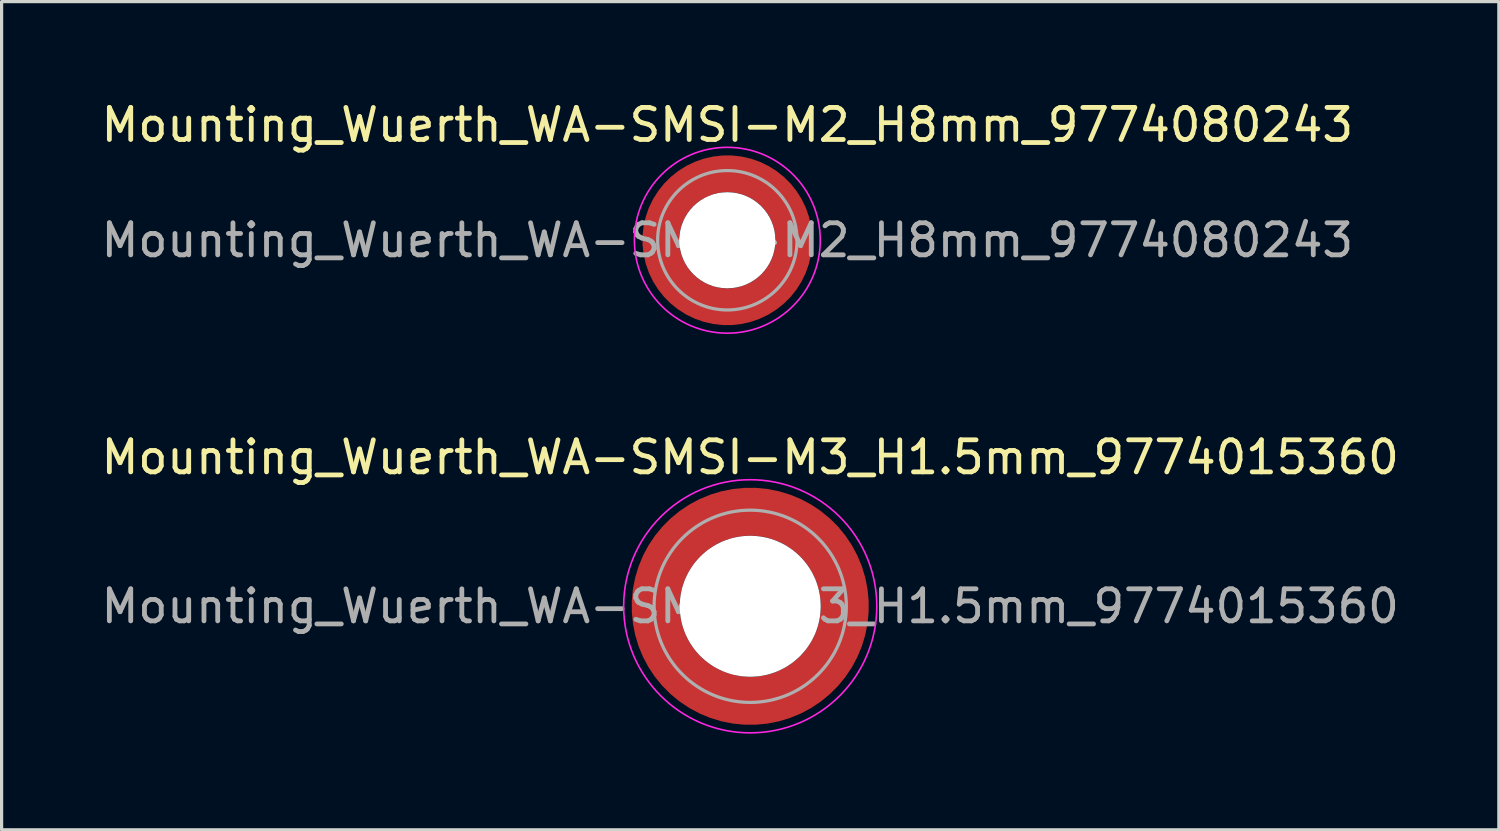
<source format=kicad_pcb>
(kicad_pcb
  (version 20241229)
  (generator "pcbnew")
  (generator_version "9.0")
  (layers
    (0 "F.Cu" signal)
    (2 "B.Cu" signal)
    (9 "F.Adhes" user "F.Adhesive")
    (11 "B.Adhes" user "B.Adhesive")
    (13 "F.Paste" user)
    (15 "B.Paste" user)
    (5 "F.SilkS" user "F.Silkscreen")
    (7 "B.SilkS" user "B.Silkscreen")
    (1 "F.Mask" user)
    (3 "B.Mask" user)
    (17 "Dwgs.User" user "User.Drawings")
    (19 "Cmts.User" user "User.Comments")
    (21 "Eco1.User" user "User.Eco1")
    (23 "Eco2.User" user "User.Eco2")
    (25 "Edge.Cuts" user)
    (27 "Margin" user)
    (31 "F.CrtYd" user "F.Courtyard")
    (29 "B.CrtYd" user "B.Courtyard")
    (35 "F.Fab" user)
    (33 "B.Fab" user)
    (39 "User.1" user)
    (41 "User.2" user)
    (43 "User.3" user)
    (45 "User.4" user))
  (footprint "Mounting_Wuerth_WA-SMSI-M2_H8mm_9774080243"
    (layer "F.Cu")
    (at 19.649 4.448)
    (property "Reference" "Mounting_Wuerth_WA-SMSI-M2_H8mm_9774080243" (at 0 -3.6 0) (layer "F.SilkS") (effects (font (size 1 1) (thickness 0.15))))
    (attr smd)
    (fp_circle (center 0 0) (end 2.9 0) (stroke (width 0.05) (type solid)) (fill no) (layer "F.CrtYd"))
    (fp_circle (center 0 0) (end 2.175 0) (stroke (width 0.1) (type solid)) (fill no) (layer "F.Fab"))
    (fp_text user "${REFERENCE}" (at 0 0 0) (layer "F.Fab") (effects (font (size 1 1) (thickness 0.15))))
    (pad "" smd custom (at -1.453 -1.453) (size 0.61 0.61) (layers "F.Paste") (options (anchor circle)) (primitives (gr_arc (start -0.147677 1.053104) (mid 0.285964 0.286792) (end 1.051968 -0.147393) (width 0.2)) (gr_arc (start -0.240295 1.053104) (mid 0.22253 0.222946) (end 1.052531 -0.24016) (width 0.2)) (gr_arc (start -0.332645 1.053104) (mid 0.158548 0.15965) (end 1.051583 -0.332304) (width 0.2)) (gr_arc (start -0.424767 1.053104) (mid 0.09486 0.096059) (end 1.051446 -0.424413) (width 0.2)) (gr_arc (start -0.516693 1.053104) (mid 0.031293 0.032346) (end 1.051645 -0.516396) (width 0.2)) (gr_arc (start -0.608448 1.053104) (mid -0.032323 -0.031316) (end 1.051707 -0.608176) (width 0.2)) (gr_arc (start -0.700056 1.053104) (mid -0.09616 -0.094758) (end 1.051155 -0.699693) (width 0.2)) (gr_arc (start -0.791534 1.053104) (mid -0.160388 -0.15781) (end 1.049515 -0.790891) (width 0.2)) (gr_arc (start -0.882896 1.053104) (mid -0.223713 -0.221764) (end 1.050388 -0.882429) (width 0.2)) (gr_arc (start -0.974157 1.053104) (mid -0.287654 -0.285101) (end 1.049541 -0.973567) (width 0.2)) (gr_line (start 1.053 -0.148) (end 1.053 -0.974) (width 0.2)) (gr_line (start -0.148 1.053) (end -0.974 1.053) (width 0.2))))
    (pad "" smd custom (at -1.453 1.453) (size 0.61 0.61) (layers "F.Paste") (options (anchor circle)) (primitives (gr_arc (start 1.053104 0.147677) (mid 0.286792 -0.285964) (end -0.147393 -1.051968) (width 0.2)) (gr_arc (start 1.053104 0.240295) (mid 0.222946 -0.22253) (end -0.24016 -1.052531) (width 0.2)) (gr_arc (start 1.053104 0.332645) (mid 0.15965 -0.158548) (end -0.332304 -1.051583) (width 0.2)) (gr_arc (start 1.053104 0.424767) (mid 0.096059 -0.09486) (end -0.424413 -1.051446) (width 0.2)) (gr_arc (start 1.053104 0.516693) (mid 0.032346 -0.031293) (end -0.516396 -1.051645) (width 0.2)) (gr_arc (start 1.053104 0.608448) (mid -0.031316 0.032323) (end -0.608176 -1.051707) (width 0.2)) (gr_arc (start 1.053104 0.700056) (mid -0.094758 0.09616) (end -0.699693 -1.051155) (width 0.2)) (gr_arc (start 1.053104 0.791534) (mid -0.15781 0.160388) (end -0.790891 -1.049515) (width 0.2)) (gr_arc (start 1.053104 0.882896) (mid -0.221764 0.223713) (end -0.882429 -1.050388) (width 0.2)) (gr_arc (start 1.053104 0.974157) (mid -0.285101 0.287654) (end -0.973567 -1.049541) (width 0.2)) (gr_line (start -0.148 -1.053) (end -0.974 -1.053) (width 0.2)) (gr_line (start 1.053 0.148) (end 1.053 0.974) (width 0.2))))
    (pad "" np_thru_hole circle (at 0 0) (size 3 3) (drill 3) (layers "*.Cu" "*.Mask"))
    (pad "" smd custom (at 1.453 -1.453) (size 0.61 0.61) (layers "F.Paste") (options (anchor circle)) (primitives (gr_arc (start -1.053104 -0.147677) (mid -0.286792 0.285964) (end 0.147393 1.051968) (width 0.2)) (gr_arc (start -1.053104 -0.240295) (mid -0.222946 0.22253) (end 0.24016 1.052531) (width 0.2)) (gr_arc (start -1.053104 -0.332645) (mid -0.15965 0.158548) (end 0.332304 1.051583) (width 0.2)) (gr_arc (start -1.053104 -0.424767) (mid -0.096059 0.09486) (end 0.424413 1.051446) (width 0.2)) (gr_arc (start -1.053104 -0.516693) (mid -0.032346 0.031293) (end 0.516396 1.051645) (width 0.2)) (gr_arc (start -1.053104 -0.608448) (mid 0.031316 -0.032323) (end 0.608176 1.051707) (width 0.2)) (gr_arc (start -1.053104 -0.700056) (mid 0.094758 -0.09616) (end 0.699693 1.051155) (width 0.2)) (gr_arc (start -1.053104 -0.791534) (mid 0.15781 -0.160388) (end 0.790891 1.049515) (width 0.2)) (gr_arc (start -1.053104 -0.882896) (mid 0.221764 -0.223713) (end 0.882429 1.050388) (width 0.2)) (gr_arc (start -1.053104 -0.974157) (mid 0.285101 -0.287654) (end 0.973567 1.049541) (width 0.2)) (gr_line (start 0.148 1.053) (end 0.974 1.053) (width 0.2)) (gr_line (start -1.053 -0.148) (end -1.053 -0.974) (width 0.2))))
    (pad "" smd custom (at 1.453 1.453) (size 0.61 0.61) (layers "F.Paste") (options (anchor circle)) (primitives (gr_arc (start 0.147677 -1.053104) (mid -0.285964 -0.286792) (end -1.051968 0.147393) (width 0.2)) (gr_arc (start 0.240295 -1.053104) (mid -0.22253 -0.222946) (end -1.052531 0.24016) (width 0.2)) (gr_arc (start 0.332645 -1.053104) (mid -0.158548 -0.15965) (end -1.051583 0.332304) (width 0.2)) (gr_arc (start 0.424767 -1.053104) (mid -0.09486 -0.096059) (end -1.051446 0.424413) (width 0.2)) (gr_arc (start 0.516693 -1.053104) (mid -0.031293 -0.032346) (end -1.051645 0.516396) (width 0.2)) (gr_arc (start 0.608448 -1.053104) (mid 0.032323 0.031316) (end -1.051707 0.608176) (width 0.2)) (gr_arc (start 0.700056 -1.053104) (mid 0.09616 0.094758) (end -1.051155 0.699693) (width 0.2)) (gr_arc (start 0.791534 -1.053104) (mid 0.160388 0.15781) (end -1.049515 0.790891) (width 0.2)) (gr_arc (start 0.882896 -1.053104) (mid 0.223713 0.221764) (end -1.050388 0.882429) (width 0.2)) (gr_arc (start 0.974157 -1.053104) (mid 0.287654 0.285101) (end -1.049541 0.973567) (width 0.2)) (gr_line (start -1.053 0.148) (end -1.053 0.974) (width 0.2)) (gr_line (start 0.148 -1.053) (end 0.974 -1.053) (width 0.2))))
    (pad "1" smd circle (at -2.075 0) (size 0.75 0.75) (layers "F.Cu"))
    (pad "1" smd circle (at 0 -2.075) (size 0.75 0.75) (layers "F.Cu"))
    (pad "1" smd circle (at 0 2.075) (size 0.75 0.75) (layers "F.Cu"))
    (pad "1" smd custom (at 2.075 0) (size 0.75 0.75) (layers "F.Cu" "F.Mask") (options (anchor circle)) (primitives (gr_circle (center -2.075 0) (end 0 0) (width 1.15) (fill no)))))
  (footprint "Mounting_Wuerth_WA-SMSI-M3_H1.5mm_9774015360"
    (layer "F.Cu")
    (at 20.363 15.871)
    (property "Reference" "Mounting_Wuerth_WA-SMSI-M3_H1.5mm_9774015360" (at 0 -4.65 0) (layer "F.SilkS") (effects (font (size 1 1) (thickness 0.15))))
    (attr smd)
    (fp_circle (center 0 0) (end 3.95 0) (stroke (width 0.05) (type solid)) (fill no) (layer "F.CrtYd"))
    (fp_circle (center 0 0) (end 3 0) (stroke (width 0.1) (type solid)) (fill no) (layer "F.Fab"))
    (fp_text user "${REFERENCE}" (at 0 0 0) (layer "F.Fab") (effects (font (size 1 1) (thickness 0.15))))
    (pad "" smd custom (at -2.058 -2.058) (size 0.7 0.7) (layers "F.Paste") (options (anchor circle)) (primitives (gr_arc (start -0.377294 1.707681) (mid 0.317579 0.318817) (end 1.705947 -0.377044) (width 0.2)) (gr_arc (start -0.478281 1.707681) (mid 0.246161 0.248814) (end 1.703965 -0.477765) (width 0.2)) (gr_arc (start -0.579192 1.707681) (mid 0.175492 0.178063) (end 1.704077 -0.578711) (width 0.2)) (gr_arc (start -0.680037 1.707681) (mid 0.105568 0.106564) (end 1.706284 -0.679858) (width 0.2)) (gr_arc (start -0.780822 1.707681) (mid 0.034627 0.036085) (end 1.705634 -0.780569) (width 0.2)) (gr_arc (start -0.881554 1.707681) (mid -0.035694 -0.035016) (end 1.706729 -0.881441) (width 0.2)) (gr_arc (start -0.982237 1.707681) (mid -0.107281 -0.10485) (end 1.704266 -0.981842) (width 0.2)) (gr_arc (start -1.082877 1.707681) (mid -0.178372 -0.175181) (end 1.703197 -1.082374) (width 0.2)) (gr_arc (start -1.183476 1.707681) (mid -0.248964 -0.246008) (end 1.703525 -1.183025) (width 0.2)) (gr_arc (start -1.28404 1.707681) (mid -0.319062 -0.317333) (end 1.70525 -1.283784) (width 0.2)) (gr_line (start 1.708 -0.377) (end 1.708 -1.284) (width 0.2)) (gr_line (start -0.377 1.708) (end -1.284 1.708) (width 0.2))))
    (pad "" smd custom (at -2.058 2.058) (size 0.7 0.7) (layers "F.Paste") (options (anchor circle)) (primitives (gr_arc (start 1.707681 0.377294) (mid 0.318817 -0.317579) (end -0.377044 -1.705947) (width 0.2)) (gr_arc (start 1.707681 0.478281) (mid 0.248814 -0.246161) (end -0.477765 -1.703965) (width 0.2)) (gr_arc (start 1.707681 0.579192) (mid 0.178063 -0.175492) (end -0.578711 -1.704077) (width 0.2)) (gr_arc (start 1.707681 0.680037) (mid 0.106564 -0.105568) (end -0.679858 -1.706284) (width 0.2)) (gr_arc (start 1.707681 0.780822) (mid 0.036085 -0.034627) (end -0.780569 -1.705634) (width 0.2)) (gr_arc (start 1.707681 0.881554) (mid -0.035016 0.035694) (end -0.881441 -1.706729) (width 0.2)) (gr_arc (start 1.707681 0.982237) (mid -0.10485 0.107281) (end -0.981842 -1.704266) (width 0.2)) (gr_arc (start 1.707681 1.082877) (mid -0.175181 0.178372) (end -1.082374 -1.703197) (width 0.2)) (gr_arc (start 1.707681 1.183476) (mid -0.246008 0.248964) (end -1.183025 -1.703525) (width 0.2)) (gr_arc (start 1.707681 1.28404) (mid -0.317333 0.319062) (end -1.283784 -1.70525) (width 0.2)) (gr_line (start -0.377 -1.708) (end -1.284 -1.708) (width 0.2)) (gr_line (start 1.708 0.377) (end 1.708 1.284) (width 0.2))))
    (pad "" np_thru_hole circle (at 0 0) (size 4.4 4.4) (drill 4.4) (layers "*.Cu" "*.Mask"))
    (pad "" smd custom (at 2.058 -2.058) (size 0.7 0.7) (layers "F.Paste") (options (anchor circle)) (primitives (gr_arc (start -1.707681 -0.377294) (mid -0.318817 0.317579) (end 0.377044 1.705947) (width 0.2)) (gr_arc (start -1.707681 -0.478281) (mid -0.248814 0.246161) (end 0.477765 1.703965) (width 0.2)) (gr_arc (start -1.707681 -0.579192) (mid -0.178063 0.175492) (end 0.578711 1.704077) (width 0.2)) (gr_arc (start -1.707681 -0.680037) (mid -0.106564 0.105568) (end 0.679858 1.706284) (width 0.2)) (gr_arc (start -1.707681 -0.780822) (mid -0.036085 0.034627) (end 0.780569 1.705634) (width 0.2)) (gr_arc (start -1.707681 -0.881554) (mid 0.035016 -0.035694) (end 0.881441 1.706729) (width 0.2)) (gr_arc (start -1.707681 -0.982237) (mid 0.10485 -0.107281) (end 0.981842 1.704266) (width 0.2)) (gr_arc (start -1.707681 -1.082877) (mid 0.175181 -0.178372) (end 1.082374 1.703197) (width 0.2)) (gr_arc (start -1.707681 -1.183476) (mid 0.246008 -0.248964) (end 1.183025 1.703525) (width 0.2)) (gr_arc (start -1.707681 -1.28404) (mid 0.317333 -0.319062) (end 1.283784 1.70525) (width 0.2)) (gr_line (start 0.377 1.708) (end 1.284 1.708) (width 0.2)) (gr_line (start -1.708 -0.377) (end -1.708 -1.284) (width 0.2))))
    (pad "" smd custom (at 2.058 2.058) (size 0.7 0.7) (layers "F.Paste") (options (anchor circle)) (primitives (gr_arc (start 0.377294 -1.707681) (mid -0.317579 -0.318817) (end -1.705947 0.377044) (width 0.2)) (gr_arc (start 0.478281 -1.707681) (mid -0.246161 -0.248814) (end -1.703965 0.477765) (width 0.2)) (gr_arc (start 0.579192 -1.707681) (mid -0.175492 -0.178063) (end -1.704077 0.578711) (width 0.2)) (gr_arc (start 0.680037 -1.707681) (mid -0.105568 -0.106564) (end -1.706284 0.679858) (width 0.2)) (gr_arc (start 0.780822 -1.707681) (mid -0.034627 -0.036085) (end -1.705634 0.780569) (width 0.2)) (gr_arc (start 0.881554 -1.707681) (mid 0.035694 0.035016) (end -1.706729 0.881441) (width 0.2)) (gr_arc (start 0.982237 -1.707681) (mid 0.107281 0.10485) (end -1.704266 0.981842) (width 0.2)) (gr_arc (start 1.082877 -1.707681) (mid 0.178372 0.175181) (end -1.703197 1.082374) (width 0.2)) (gr_arc (start 1.183476 -1.707681) (mid 0.248964 0.246008) (end -1.703525 1.183025) (width 0.2)) (gr_arc (start 1.28404 -1.707681) (mid 0.319062 0.317333) (end -1.70525 1.283784) (width 0.2)) (gr_line (start -1.708 0.377) (end -1.708 1.284) (width 0.2)) (gr_line (start 0.377 -1.708) (end 1.284 -1.708) (width 0.2))))
    (pad "1" smd circle (at -2.95 0) (size 1.1 1.1) (layers "F.Cu"))
    (pad "1" smd circle (at 0 -2.95) (size 1.1 1.1) (layers "F.Cu"))
    (pad "1" smd circle (at 0 2.95) (size 1.1 1.1) (layers "F.Cu"))
    (pad "1" smd custom (at 2.95 0) (size 1.1 1.1) (layers "F.Cu" "F.Mask") (options (anchor circle)) (primitives (gr_circle (center -2.95 0) (end 0 0) (width 1.5) (fill no)))))
  (gr_rect
    (start -3 -3)
    (end 43.726 22.846)
    (stroke (width 0.1) (type default))
    (fill no)
    (layer "Edge.Cuts")))
</source>
